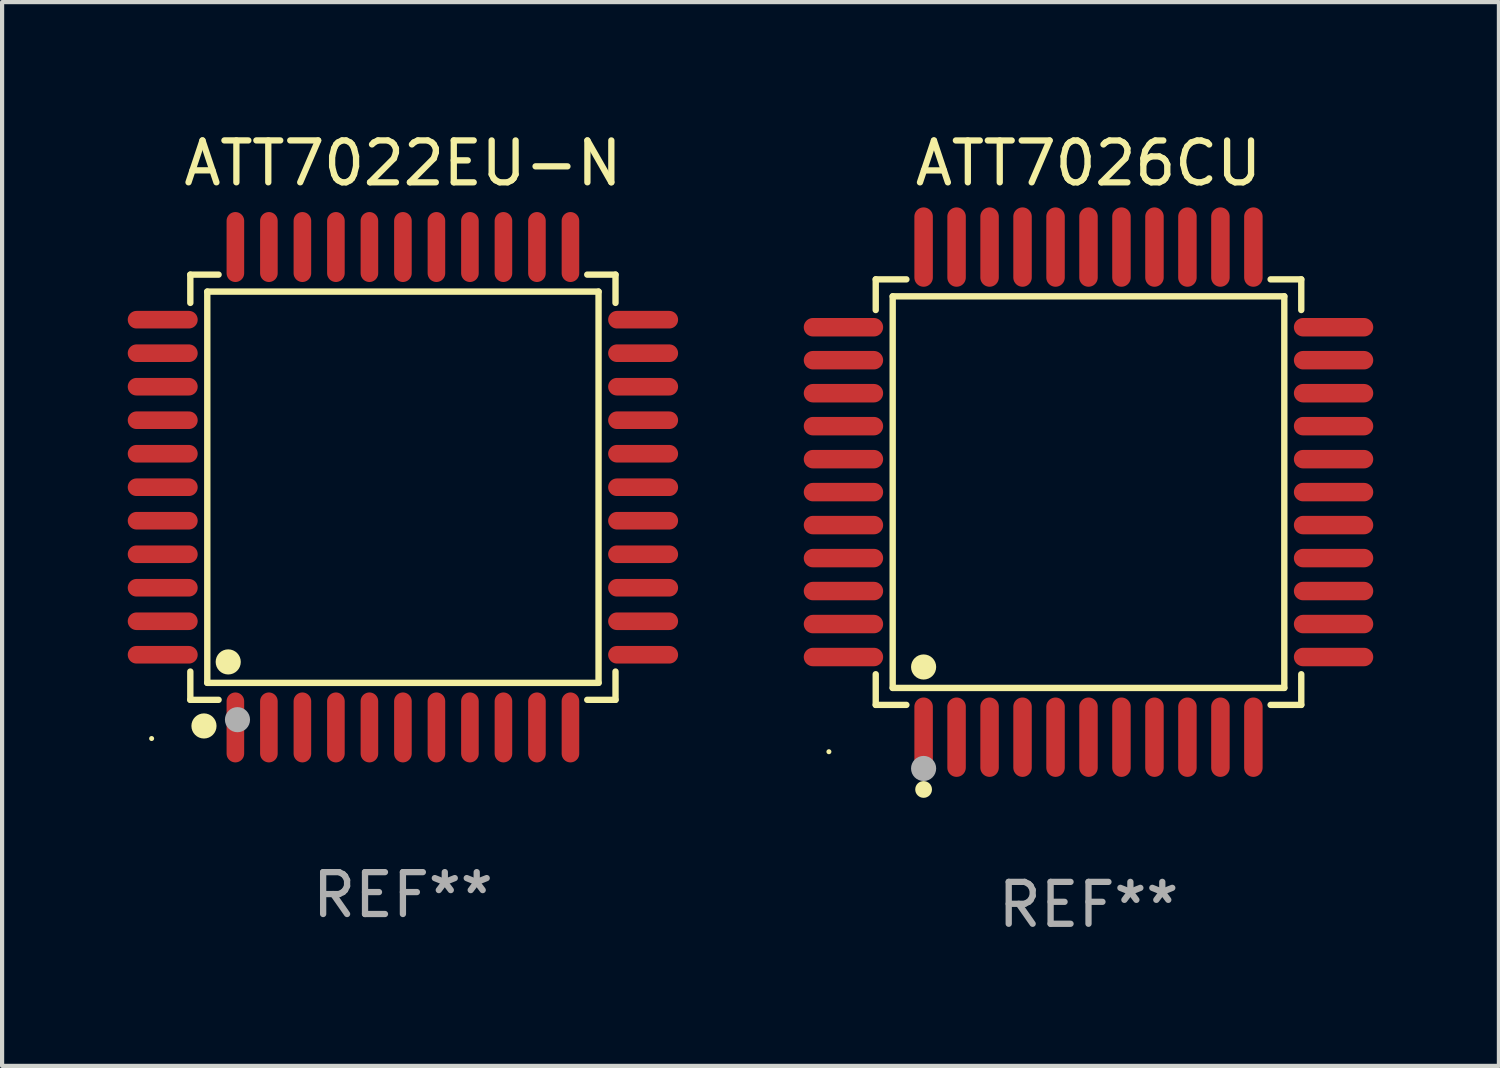
<source format=kicad_pcb>
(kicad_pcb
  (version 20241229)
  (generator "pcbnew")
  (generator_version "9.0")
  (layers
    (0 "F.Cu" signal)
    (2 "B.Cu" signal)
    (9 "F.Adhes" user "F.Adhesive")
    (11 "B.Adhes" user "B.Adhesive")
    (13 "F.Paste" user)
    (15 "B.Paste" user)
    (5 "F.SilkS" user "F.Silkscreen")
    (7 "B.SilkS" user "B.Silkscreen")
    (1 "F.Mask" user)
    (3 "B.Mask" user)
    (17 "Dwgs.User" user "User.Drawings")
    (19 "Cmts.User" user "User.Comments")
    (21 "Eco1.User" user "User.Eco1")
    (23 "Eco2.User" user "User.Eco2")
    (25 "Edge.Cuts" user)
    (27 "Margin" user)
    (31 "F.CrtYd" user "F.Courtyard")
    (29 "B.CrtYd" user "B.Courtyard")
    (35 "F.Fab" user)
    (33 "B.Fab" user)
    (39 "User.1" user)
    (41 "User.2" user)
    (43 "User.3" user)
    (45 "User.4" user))
  (footprint "ATT7022EU-N"
    (layer "F.Cu")
    (at 6.57 8.583)
    (property "Reference" "ATT7022EU-N" (at 0 -7.735 0) (layer "F.SilkS") (effects (font (size 1 1) (thickness 0.15))))
    (attr through_hole)
    (fp_line (start -5.076 -5.076) (end -4.401 -5.076) (stroke (width 0.152) (type solid)) (layer "F.SilkS"))
    (fp_line (start -5.076 -4.401) (end -5.076 -5.076) (stroke (width 0.152) (type solid)) (layer "F.SilkS"))
    (fp_line (start -5.076 4.401) (end -5.076 5.076) (stroke (width 0.152) (type solid)) (layer "F.SilkS"))
    (fp_line (start -5.076 5.076) (end -4.401 5.076) (stroke (width 0.152) (type solid)) (layer "F.SilkS"))
    (fp_line (start -4.671 -4.671) (end 4.671 -4.671) (stroke (width 0.152) (type solid)) (layer "F.SilkS"))
    (fp_line (start -4.671 4.671) (end -4.671 -4.671) (stroke (width 0.152) (type solid)) (layer "F.SilkS"))
    (fp_line (start 4.671 -4.671) (end 4.671 4.671) (stroke (width 0.152) (type solid)) (layer "F.SilkS"))
    (fp_line (start 4.671 4.671) (end -4.671 4.671) (stroke (width 0.152) (type solid)) (layer "F.SilkS"))
    (fp_line (start 5.076 -5.076) (end 4.401 -5.076) (stroke (width 0.152) (type solid)) (layer "F.SilkS"))
    (fp_line (start 5.076 -4.401) (end 5.076 -5.076) (stroke (width 0.152) (type solid)) (layer "F.SilkS"))
    (fp_line (start 5.076 4.401) (end 5.076 5.076) (stroke (width 0.152) (type solid)) (layer "F.SilkS"))
    (fp_line (start 5.076 5.076) (end 4.401 5.076) (stroke (width 0.152) (type solid)) (layer "F.SilkS"))
    (fp_circle (center -6 6) (end -5.97 6) (stroke (width 0.06) (type solid)) (fill no) (layer "F.SilkS"))
    (fp_circle (center -4.75 5.7) (end -4.6 5.7) (stroke (width 0.3) (type solid)) (fill no) (layer "F.SilkS"))
    (fp_circle (center -4.171 4.171) (end -4.021 4.171) (stroke (width 0.3) (type solid)) (fill no) (layer "F.SilkS"))
    (fp_circle (center -3.95 5.55) (end -3.8 5.55) (stroke (width 0.3) (type solid)) (fill no) (layer "F.Fab"))
    (fp_text user "REF**" (at 0 9.735 0) (layer "F.Fab") (effects (font (size 1 1) (thickness 0.15))))
    (pad "1" smd oval (at -4 5.735) (size 0.42 1.67) (layers "F.Cu" "F.Mask" "F.Paste"))
    (pad "2" smd oval (at -3.2 5.735) (size 0.42 1.67) (layers "F.Cu" "F.Mask" "F.Paste"))
    (pad "3" smd oval (at -2.4 5.735) (size 0.42 1.67) (layers "F.Cu" "F.Mask" "F.Paste"))
    (pad "4" smd oval (at -1.6 5.735) (size 0.42 1.67) (layers "F.Cu" "F.Mask" "F.Paste"))
    (pad "5" smd oval (at -0.8 5.735) (size 0.42 1.67) (layers "F.Cu" "F.Mask" "F.Paste"))
    (pad "6" smd oval (at 0 5.735) (size 0.42 1.67) (layers "F.Cu" "F.Mask" "F.Paste"))
    (pad "7" smd oval (at 0.8 5.735) (size 0.42 1.67) (layers "F.Cu" "F.Mask" "F.Paste"))
    (pad "8" smd oval (at 1.6 5.735) (size 0.42 1.67) (layers "F.Cu" "F.Mask" "F.Paste"))
    (pad "9" smd oval (at 2.4 5.735) (size 0.42 1.67) (layers "F.Cu" "F.Mask" "F.Paste"))
    (pad "10" smd oval (at 3.2 5.735) (size 0.42 1.67) (layers "F.Cu" "F.Mask" "F.Paste"))
    (pad "11" smd oval (at 4 5.735) (size 0.42 1.67) (layers "F.Cu" "F.Mask" "F.Paste"))
    (pad "12" smd oval (at 5.735 4) (size 1.67 0.42) (layers "F.Cu" "F.Mask" "F.Paste"))
    (pad "13" smd oval (at 5.735 3.2) (size 1.67 0.42) (layers "F.Cu" "F.Mask" "F.Paste"))
    (pad "14" smd oval (at 5.735 2.4) (size 1.67 0.42) (layers "F.Cu" "F.Mask" "F.Paste"))
    (pad "15" smd oval (at 5.735 1.6) (size 1.67 0.42) (layers "F.Cu" "F.Mask" "F.Paste"))
    (pad "16" smd oval (at 5.735 0.8) (size 1.67 0.42) (layers "F.Cu" "F.Mask" "F.Paste"))
    (pad "17" smd oval (at 5.735 0) (size 1.67 0.42) (layers "F.Cu" "F.Mask" "F.Paste"))
    (pad "18" smd oval (at 5.735 -0.8) (size 1.67 0.42) (layers "F.Cu" "F.Mask" "F.Paste"))
    (pad "19" smd oval (at 5.735 -1.6) (size 1.67 0.42) (layers "F.Cu" "F.Mask" "F.Paste"))
    (pad "20" smd oval (at 5.735 -2.4) (size 1.67 0.42) (layers "F.Cu" "F.Mask" "F.Paste"))
    (pad "21" smd oval (at 5.735 -3.2) (size 1.67 0.42) (layers "F.Cu" "F.Mask" "F.Paste"))
    (pad "22" smd oval (at 5.735 -4) (size 1.67 0.42) (layers "F.Cu" "F.Mask" "F.Paste"))
    (pad "23" smd oval (at 4 -5.735) (size 0.42 1.67) (layers "F.Cu" "F.Mask" "F.Paste"))
    (pad "24" smd oval (at 3.2 -5.735) (size 0.42 1.67) (layers "F.Cu" "F.Mask" "F.Paste"))
    (pad "25" smd oval (at 2.4 -5.735) (size 0.42 1.67) (layers "F.Cu" "F.Mask" "F.Paste"))
    (pad "26" smd oval (at 1.6 -5.735) (size 0.42 1.67) (layers "F.Cu" "F.Mask" "F.Paste"))
    (pad "27" smd oval (at 0.8 -5.735) (size 0.42 1.67) (layers "F.Cu" "F.Mask" "F.Paste"))
    (pad "28" smd oval (at 0 -5.735) (size 0.42 1.67) (layers "F.Cu" "F.Mask" "F.Paste"))
    (pad "29" smd oval (at -0.8 -5.735) (size 0.42 1.67) (layers "F.Cu" "F.Mask" "F.Paste"))
    (pad "30" smd oval (at -1.6 -5.735) (size 0.42 1.67) (layers "F.Cu" "F.Mask" "F.Paste"))
    (pad "31" smd oval (at -2.4 -5.735) (size 0.42 1.67) (layers "F.Cu" "F.Mask" "F.Paste"))
    (pad "32" smd oval (at -3.2 -5.735) (size 0.42 1.67) (layers "F.Cu" "F.Mask" "F.Paste"))
    (pad "33" smd oval (at -4 -5.735) (size 0.42 1.67) (layers "F.Cu" "F.Mask" "F.Paste"))
    (pad "34" smd oval (at -5.735 -4) (size 1.67 0.42) (layers "F.Cu" "F.Mask" "F.Paste"))
    (pad "35" smd oval (at -5.735 -3.2) (size 1.67 0.42) (layers "F.Cu" "F.Mask" "F.Paste"))
    (pad "36" smd oval (at -5.735 -2.4) (size 1.67 0.42) (layers "F.Cu" "F.Mask" "F.Paste"))
    (pad "37" smd oval (at -5.735 -1.6) (size 1.67 0.42) (layers "F.Cu" "F.Mask" "F.Paste"))
    (pad "38" smd oval (at -5.735 -0.8) (size 1.67 0.42) (layers "F.Cu" "F.Mask" "F.Paste"))
    (pad "39" smd oval (at -5.735 0) (size 1.67 0.42) (layers "F.Cu" "F.Mask" "F.Paste"))
    (pad "40" smd oval (at -5.735 0.8) (size 1.67 0.42) (layers "F.Cu" "F.Mask" "F.Paste"))
    (pad "41" smd oval (at -5.735 1.6) (size 1.67 0.42) (layers "F.Cu" "F.Mask" "F.Paste"))
    (pad "42" smd oval (at -5.735 2.4) (size 1.67 0.42) (layers "F.Cu" "F.Mask" "F.Paste"))
    (pad "43" smd oval (at -5.735 3.2) (size 1.67 0.42) (layers "F.Cu" "F.Mask" "F.Paste"))
    (pad "44" smd oval (at -5.735 4) (size 1.67 0.42) (layers "F.Cu" "F.Mask" "F.Paste")))
  (footprint "ATT7026CU"
    (layer "F.Cu")
    (at 22.939 8.7)
    (property "Reference" "ATT7026CU" (at 0 -7.851 0) (layer "F.SilkS") (effects (font (size 1 1) (thickness 0.15))))
    (attr through_hole)
    (fp_line (start -5.08 -5.08) (end -4.348 -5.08) (stroke (width 0.152) (type solid)) (layer "F.SilkS"))
    (fp_line (start -5.08 -4.348) (end -5.08 -5.08) (stroke (width 0.152) (type solid)) (layer "F.SilkS"))
    (fp_line (start -5.08 4.348) (end -5.08 5.08) (stroke (width 0.152) (type solid)) (layer "F.SilkS"))
    (fp_line (start -5.08 5.08) (end -4.348 5.08) (stroke (width 0.152) (type solid)) (layer "F.SilkS"))
    (fp_line (start -4.675 -4.675) (end 4.675 -4.675) (stroke (width 0.152) (type solid)) (layer "F.SilkS"))
    (fp_line (start -4.675 4.675) (end -4.675 -4.675) (stroke (width 0.152) (type solid)) (layer "F.SilkS"))
    (fp_line (start 4.675 -4.675) (end 4.675 4.675) (stroke (width 0.152) (type solid)) (layer "F.SilkS"))
    (fp_line (start 4.675 4.675) (end -4.675 4.675) (stroke (width 0.152) (type solid)) (layer "F.SilkS"))
    (fp_line (start 5.08 -5.08) (end 4.348 -5.08) (stroke (width 0.152) (type solid)) (layer "F.SilkS"))
    (fp_line (start 5.08 -4.348) (end 5.08 -5.08) (stroke (width 0.152) (type solid)) (layer "F.SilkS"))
    (fp_line (start 5.08 4.348) (end 5.08 5.08) (stroke (width 0.152) (type solid)) (layer "F.SilkS"))
    (fp_line (start 5.08 5.08) (end 4.348 5.08) (stroke (width 0.152) (type solid)) (layer "F.SilkS"))
    (fp_circle (center -6.198 6.198) (end -6.168 6.198) (stroke (width 0.06) (type solid)) (fill no) (layer "F.SilkS"))
    (fp_circle (center -3.937 4.175) (end -3.787 4.175) (stroke (width 0.3) (type solid)) (fill no) (layer "F.SilkS"))
    (fp_circle (center -3.937 7.099) (end -3.837 7.099) (stroke (width 0.2) (type solid)) (fill no) (layer "F.SilkS"))
    (fp_circle (center -3.937 6.598) (end -3.787 6.598) (stroke (width 0.3) (type solid)) (fill no) (layer "F.Fab"))
    (fp_text user "REF**" (at 0 9.851 0) (layer "F.Fab") (effects (font (size 1 1) (thickness 0.15))))
    (pad "1" smd oval (at -3.937 5.851) (size 0.441 1.895) (layers "F.Cu" "F.Mask" "F.Paste"))
    (pad "2" smd oval (at -3.15 5.851) (size 0.441 1.895) (layers "F.Cu" "F.Mask" "F.Paste"))
    (pad "3" smd oval (at -2.362 5.851) (size 0.441 1.895) (layers "F.Cu" "F.Mask" "F.Paste"))
    (pad "4" smd oval (at -1.575 5.851) (size 0.441 1.895) (layers "F.Cu" "F.Mask" "F.Paste"))
    (pad "5" smd oval (at -0.787 5.851) (size 0.441 1.895) (layers "F.Cu" "F.Mask" "F.Paste"))
    (pad "6" smd oval (at 0 5.851) (size 0.441 1.895) (layers "F.Cu" "F.Mask" "F.Paste"))
    (pad "7" smd oval (at 0.787 5.851) (size 0.441 1.895) (layers "F.Cu" "F.Mask" "F.Paste"))
    (pad "8" smd oval (at 1.575 5.851) (size 0.441 1.895) (layers "F.Cu" "F.Mask" "F.Paste"))
    (pad "9" smd oval (at 2.362 5.851) (size 0.441 1.895) (layers "F.Cu" "F.Mask" "F.Paste"))
    (pad "10" smd oval (at 3.15 5.851) (size 0.441 1.895) (layers "F.Cu" "F.Mask" "F.Paste"))
    (pad "11" smd oval (at 3.937 5.851) (size 0.441 1.895) (layers "F.Cu" "F.Mask" "F.Paste"))
    (pad "12" smd oval (at 5.851 3.937) (size 1.895 0.441) (layers "F.Cu" "F.Mask" "F.Paste"))
    (pad "13" smd oval (at 5.851 3.15) (size 1.895 0.441) (layers "F.Cu" "F.Mask" "F.Paste"))
    (pad "14" smd oval (at 5.851 2.362) (size 1.895 0.441) (layers "F.Cu" "F.Mask" "F.Paste"))
    (pad "15" smd oval (at 5.851 1.575) (size 1.895 0.441) (layers "F.Cu" "F.Mask" "F.Paste"))
    (pad "16" smd oval (at 5.851 0.787) (size 1.895 0.441) (layers "F.Cu" "F.Mask" "F.Paste"))
    (pad "17" smd oval (at 5.851 0) (size 1.895 0.441) (layers "F.Cu" "F.Mask" "F.Paste"))
    (pad "18" smd oval (at 5.851 -0.787) (size 1.895 0.441) (layers "F.Cu" "F.Mask" "F.Paste"))
    (pad "19" smd oval (at 5.851 -1.575) (size 1.895 0.441) (layers "F.Cu" "F.Mask" "F.Paste"))
    (pad "20" smd oval (at 5.851 -2.362) (size 1.895 0.441) (layers "F.Cu" "F.Mask" "F.Paste"))
    (pad "21" smd oval (at 5.851 -3.15) (size 1.895 0.441) (layers "F.Cu" "F.Mask" "F.Paste"))
    (pad "22" smd oval (at 5.851 -3.937) (size 1.895 0.441) (layers "F.Cu" "F.Mask" "F.Paste"))
    (pad "23" smd oval (at 3.937 -5.851) (size 0.441 1.895) (layers "F.Cu" "F.Mask" "F.Paste"))
    (pad "24" smd oval (at 3.15 -5.851) (size 0.441 1.895) (layers "F.Cu" "F.Mask" "F.Paste"))
    (pad "25" smd oval (at 2.362 -5.851) (size 0.441 1.895) (layers "F.Cu" "F.Mask" "F.Paste"))
    (pad "26" smd oval (at 1.575 -5.851) (size 0.441 1.895) (layers "F.Cu" "F.Mask" "F.Paste"))
    (pad "27" smd oval (at 0.787 -5.851) (size 0.441 1.895) (layers "F.Cu" "F.Mask" "F.Paste"))
    (pad "28" smd oval (at 0 -5.851) (size 0.441 1.895) (layers "F.Cu" "F.Mask" "F.Paste"))
    (pad "29" smd oval (at -0.787 -5.851) (size 0.441 1.895) (layers "F.Cu" "F.Mask" "F.Paste"))
    (pad "30" smd oval (at -1.575 -5.851) (size 0.441 1.895) (layers "F.Cu" "F.Mask" "F.Paste"))
    (pad "31" smd oval (at -2.362 -5.851) (size 0.441 1.895) (layers "F.Cu" "F.Mask" "F.Paste"))
    (pad "32" smd oval (at -3.15 -5.851) (size 0.441 1.895) (layers "F.Cu" "F.Mask" "F.Paste"))
    (pad "33" smd oval (at -3.937 -5.851) (size 0.441 1.895) (layers "F.Cu" "F.Mask" "F.Paste"))
    (pad "34" smd oval (at -5.851 -3.937) (size 1.895 0.441) (layers "F.Cu" "F.Mask" "F.Paste"))
    (pad "35" smd oval (at -5.851 -3.15) (size 1.895 0.441) (layers "F.Cu" "F.Mask" "F.Paste"))
    (pad "36" smd oval (at -5.851 -2.362) (size 1.895 0.441) (layers "F.Cu" "F.Mask" "F.Paste"))
    (pad "37" smd oval (at -5.851 -1.575) (size 1.895 0.441) (layers "F.Cu" "F.Mask" "F.Paste"))
    (pad "38" smd oval (at -5.851 -0.787) (size 1.895 0.441) (layers "F.Cu" "F.Mask" "F.Paste"))
    (pad "39" smd oval (at -5.851 0) (size 1.895 0.441) (layers "F.Cu" "F.Mask" "F.Paste"))
    (pad "40" smd oval (at -5.851 0.787) (size 1.895 0.441) (layers "F.Cu" "F.Mask" "F.Paste"))
    (pad "41" smd oval (at -5.851 1.575) (size 1.895 0.441) (layers "F.Cu" "F.Mask" "F.Paste"))
    (pad "42" smd oval (at -5.851 2.362) (size 1.895 0.441) (layers "F.Cu" "F.Mask" "F.Paste"))
    (pad "43" smd oval (at -5.851 3.15) (size 1.895 0.441) (layers "F.Cu" "F.Mask" "F.Paste"))
    (pad "44" smd oval (at -5.851 3.937) (size 1.895 0.441) (layers "F.Cu" "F.Mask" "F.Paste")))
  (gr_rect
    (start -3 -3)
    (end 32.738 22.399)
    (stroke (width 0.1) (type default))
    (fill no)
    (layer "Edge.Cuts")))
</source>
